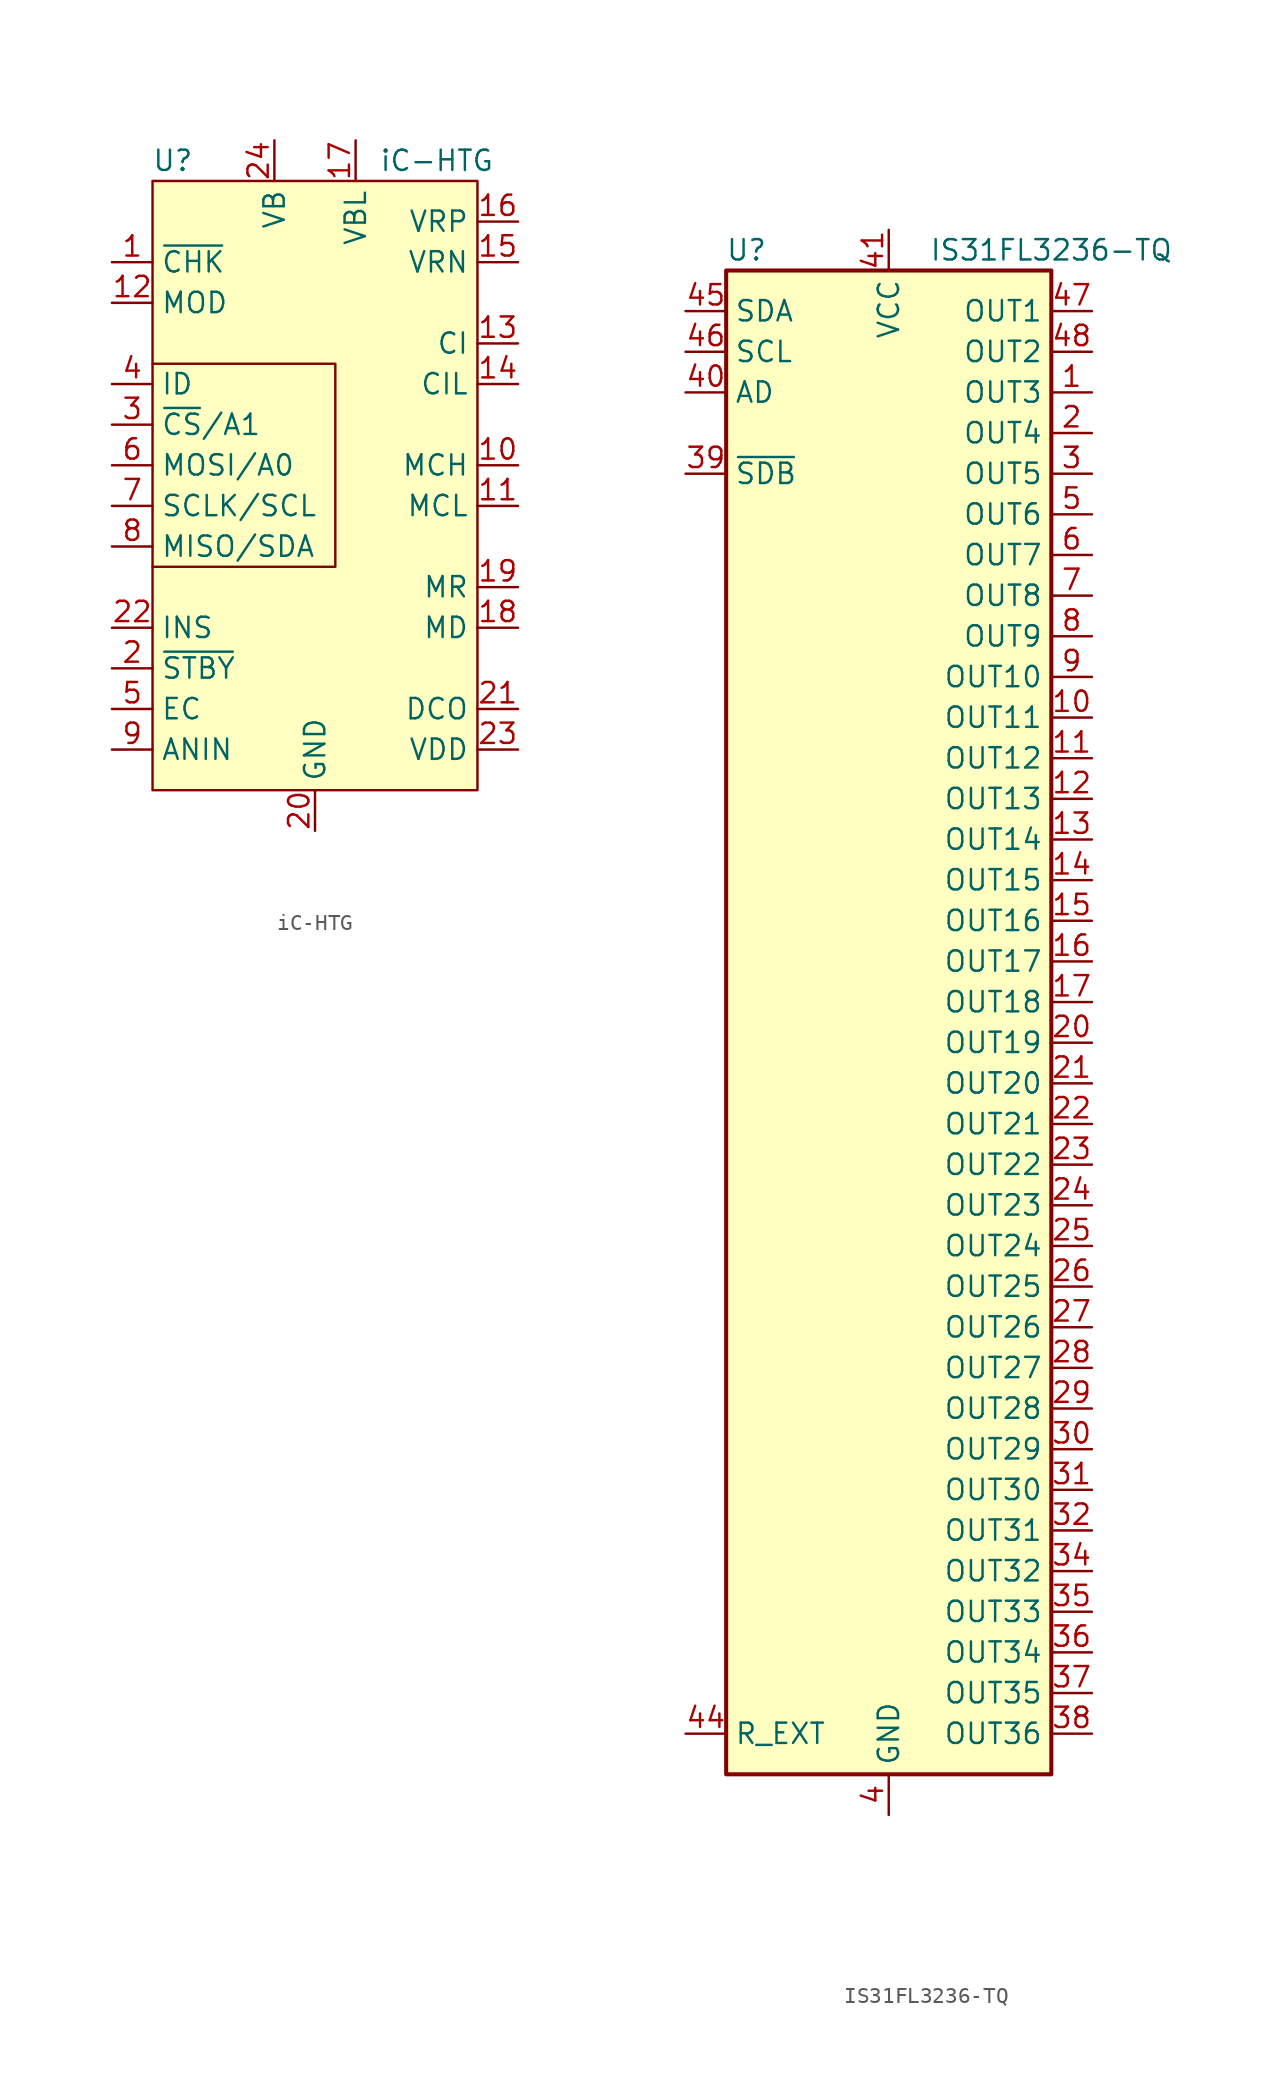
<source format=kicad_sym>
(kicad_symbol_lib
  (version 20231120)
  (generator "kicad_symbol_editor")
  (generator_version "8.0")
  (symbol "iC-HTG"
    (property "Reference" "U"
      (at -8.89 19.05 0)
      (effects (font (size 1.27 1.27))))
    (property "Value" "iC-HTG"
      (at 7.62 19.05 0)
      (effects (font (size 1.27 1.27))))
    (symbol "iC-HTG_0_0"
      (pin input line (at 12.7 0 180) (length 2.54) (name "MCH" (effects (font (size 1.27 1.27)))) (number "10" (effects (font (size 1.27 1.27)))))
      (pin input line (at 12.7 -2.54 180) (length 2.54) (name "MCL" (effects (font (size 1.27 1.27)))) (number "11" (effects (font (size 1.27 1.27)))))
      (pin input line (at -12.7 10.16 0) (length 2.54) (name "MOD" (effects (font (size 1.27 1.27)))) (number "12" (effects (font (size 1.27 1.27)))))
      (pin input line (at 12.7 7.62 180) (length 2.54) (name "CI" (effects (font (size 1.27 1.27)))) (number "13" (effects (font (size 1.27 1.27)))))
      (pin input line (at 12.7 5.08 180) (length 2.54) (name "CIL" (effects (font (size 1.27 1.27)))) (number "14" (effects (font (size 1.27 1.27)))))
      (pin power_in line (at 2.54 20.32 270) (length 2.54) (name "VBL" (effects (font (size 1.27 1.27)))) (number "17" (effects (font (size 1.27 1.27)))))
      (pin input line (at 12.7 -10.16 180) (length 2.54) (name "MD" (effects (font (size 1.27 1.27)))) (number "18" (effects (font (size 1.27 1.27)))))
      (pin input line (at 12.7 -7.62 180) (length 2.54) (name "MR" (effects (font (size 1.27 1.27)))) (number "19" (effects (font (size 1.27 1.27)))))
      (pin power_in line (at 0 -22.86 90) (length 2.54) (name "GND" (effects (font (size 1.27 1.27)))) (number "20" (effects (font (size 1.27 1.27)))))
      (pin passive line (at 12.7 -15.24 180) (length 2.54) (name "DCO" (effects (font (size 1.27 1.27)))) (number "21" (effects (font (size 1.27 1.27)))))
      (pin power_in line (at -2.54 20.32 270) (length 2.54) (name "VB" (effects (font (size 1.27 1.27)))) (number "24" (effects (font (size 1.27 1.27)))))
      (pin input line (at -12.7 5.08 0) (length 2.54) (name "ID" (effects (font (size 1.27 1.27)))) (number "4" (effects (font (size 1.27 1.27)))))
      (pin input line (at -12.7 -15.24 0) (length 2.54) (name "EC" (effects (font (size 1.27 1.27)))) (number "5" (effects (font (size 1.27 1.27)))))
      (pin bidirectional line (at -12.7 -5.08 0) (length 2.54) (name "MISO/SDA" (effects (font (size 1.27 1.27)))) (number "8" (effects (font (size 1.27 1.27)))))
      (pin bidirectional line (at -12.7 -17.78 0) (length 2.54) (name "ANIN" (effects (font (size 1.27 1.27)))) (number "9" (effects (font (size 1.27 1.27))))))
    (symbol "iC-HTG_1_0"
      (pin open_collector line (at -12.7 12.7 0) (length 2.54) (name "~{CHK}" (effects (font (size 1.27 1.27)))) (number "1" (effects (font (size 1.27 1.27)))))
      (pin output line (at 12.7 12.7 180) (length 2.54) (name "VRN" (effects (font (size 1.27 1.27)))) (number "15" (effects (font (size 1.27 1.27)))))
      (pin output line (at 12.7 15.24 180) (length 2.54) (name "VRP" (effects (font (size 1.27 1.27)))) (number "16" (effects (font (size 1.27 1.27)))))
      (pin passive line (at -12.7 -12.7 0) (length 2.54) (name "~{STBY}" (effects (font (size 1.27 1.27)))) (number "2" (effects (font (size 1.27 1.27)))))
      (pin passive line (at -12.7 -10.16 0) (length 2.54) (name "INS" (effects (font (size 1.27 1.27)))) (number "22" (effects (font (size 1.27 1.27)))))
      (pin output line (at 12.7 -17.78 180) (length 2.54) (name "VDD" (effects (font (size 1.27 1.27)))) (number "23" (effects (font (size 1.27 1.27)))))
      (pin passive line (at 0 -22.86 90) (length 2.54) hide (name "GND" (effects (font (size 1.27 1.27)))) (number "25" (effects (font (size 1.27 1.27)))))
      (pin input line (at -12.7 2.54 0) (length 2.54) (name "~{CS}/A1" (effects (font (size 1.27 1.27)))) (number "3" (effects (font (size 1.27 1.27)))))
      (pin passive line (at -12.7 0 0) (length 2.54) (name "MOSI/A0" (effects (font (size 1.27 1.27)))) (number "6" (effects (font (size 1.27 1.27)))))
      (pin input line (at -12.7 -2.54 0) (length 2.54) (name "SCLK/SCL" (effects (font (size 1.27 1.27)))) (number "7" (effects (font (size 1.27 1.27))))))
    (symbol "iC-HTG_1_1"
      (rectangle (start -10.16 17.78) (end 10.16 -20.32) (stroke (width 0) (type default)) (fill (type background)))
      (polyline (pts (xy -10.16 -6.35) (xy 1.27 -6.35) (xy 1.27 6.35) (xy -10.16 6.35)) (stroke (width 0) (type default)) (fill (type none)))))
  (symbol "IS31FL3236-TQ"
    (property "Reference" "U"
      (at -8.89 46.99 0)
      (effects (font (size 1.27 1.27))))
    (property "Value" "IS31FL3236-TQ"
      (at 10.16 46.99 0)
      (effects (font (size 1.27 1.27))))
    (symbol "IS31FL3236-TQ_0_1"
      (rectangle (start -10.16 45.72) (end 10.16 -48.26) (stroke (width 0.254) (type default)) (fill (type background))))
    (symbol "IS31FL3236-TQ_1_1"
      (pin output line (at 12.7 38.1 180) (length 2.54) (name "OUT3" (effects (font (size 1.27 1.27)))) (number "1" (effects (font (size 1.27 1.27)))))
      (pin output line (at 12.7 17.78 180) (length 2.54) (name "OUT11" (effects (font (size 1.27 1.27)))) (number "10" (effects (font (size 1.27 1.27)))))
      (pin output line (at 12.7 15.24 180) (length 2.54) (name "OUT12" (effects (font (size 1.27 1.27)))) (number "11" (effects (font (size 1.27 1.27)))))
      (pin output line (at 12.7 12.7 180) (length 2.54) (name "OUT13" (effects (font (size 1.27 1.27)))) (number "12" (effects (font (size 1.27 1.27)))))
      (pin output line (at 12.7 10.16 180) (length 2.54) (name "OUT14" (effects (font (size 1.27 1.27)))) (number "13" (effects (font (size 1.27 1.27)))))
      (pin output line (at 12.7 7.62 180) (length 2.54) (name "OUT15" (effects (font (size 1.27 1.27)))) (number "14" (effects (font (size 1.27 1.27)))))
      (pin output line (at 12.7 5.08 180) (length 2.54) (name "OUT16" (effects (font (size 1.27 1.27)))) (number "15" (effects (font (size 1.27 1.27)))))
      (pin output line (at 12.7 2.54 180) (length 2.54) (name "OUT17" (effects (font (size 1.27 1.27)))) (number "16" (effects (font (size 1.27 1.27)))))
      (pin output line (at 12.7 0 180) (length 2.54) (name "OUT18" (effects (font (size 1.27 1.27)))) (number "17" (effects (font (size 1.27 1.27)))))
      (pin passive line (at 0 -50.8 90) (length 2.54) hide (name "GND" (effects (font (size 1.27 1.27)))) (number "18" (effects (font (size 1.27 1.27)))))
      (pin passive line (at 0 -50.8 90) (length 2.54) hide (name "GND" (effects (font (size 1.27 1.27)))) (number "19" (effects (font (size 1.27 1.27)))))
      (pin output line (at 12.7 35.56 180) (length 2.54) (name "OUT4" (effects (font (size 1.27 1.27)))) (number "2" (effects (font (size 1.27 1.27)))))
      (pin output line (at 12.7 -2.54 180) (length 2.54) (name "OUT19" (effects (font (size 1.27 1.27)))) (number "20" (effects (font (size 1.27 1.27)))))
      (pin output line (at 12.7 -5.08 180) (length 2.54) (name "OUT20" (effects (font (size 1.27 1.27)))) (number "21" (effects (font (size 1.27 1.27)))))
      (pin output line (at 12.7 -7.62 180) (length 2.54) (name "OUT21" (effects (font (size 1.27 1.27)))) (number "22" (effects (font (size 1.27 1.27)))))
      (pin output line (at 12.7 -10.16 180) (length 2.54) (name "OUT22" (effects (font (size 1.27 1.27)))) (number "23" (effects (font (size 1.27 1.27)))))
      (pin output line (at 12.7 -12.7 180) (length 2.54) (name "OUT23" (effects (font (size 1.27 1.27)))) (number "24" (effects (font (size 1.27 1.27)))))
      (pin output line (at 12.7 -15.24 180) (length 2.54) (name "OUT24" (effects (font (size 1.27 1.27)))) (number "25" (effects (font (size 1.27 1.27)))))
      (pin output line (at 12.7 -17.78 180) (length 2.54) (name "OUT25" (effects (font (size 1.27 1.27)))) (number "26" (effects (font (size 1.27 1.27)))))
      (pin output line (at 12.7 -20.32 180) (length 2.54) (name "OUT26" (effects (font (size 1.27 1.27)))) (number "27" (effects (font (size 1.27 1.27)))))
      (pin output line (at 12.7 -22.86 180) (length 2.54) (name "OUT27" (effects (font (size 1.27 1.27)))) (number "28" (effects (font (size 1.27 1.27)))))
      (pin output line (at 12.7 -25.4 180) (length 2.54) (name "OUT28" (effects (font (size 1.27 1.27)))) (number "29" (effects (font (size 1.27 1.27)))))
      (pin output line (at 12.7 33.02 180) (length 2.54) (name "OUT5" (effects (font (size 1.27 1.27)))) (number "3" (effects (font (size 1.27 1.27)))))
      (pin output line (at 12.7 -27.94 180) (length 2.54) (name "OUT29" (effects (font (size 1.27 1.27)))) (number "30" (effects (font (size 1.27 1.27)))))
      (pin output line (at 12.7 -30.48 180) (length 2.54) (name "OUT30" (effects (font (size 1.27 1.27)))) (number "31" (effects (font (size 1.27 1.27)))))
      (pin output line (at 12.7 -33.02 180) (length 2.54) (name "OUT31" (effects (font (size 1.27 1.27)))) (number "32" (effects (font (size 1.27 1.27)))))
      (pin passive line (at 0 -50.8 90) (length 2.54) hide (name "GND" (effects (font (size 1.27 1.27)))) (number "33" (effects (font (size 1.27 1.27)))))
      (pin output line (at 12.7 -35.56 180) (length 2.54) (name "OUT32" (effects (font (size 1.27 1.27)))) (number "34" (effects (font (size 1.27 1.27)))))
      (pin output line (at 12.7 -38.1 180) (length 2.54) (name "OUT33" (effects (font (size 1.27 1.27)))) (number "35" (effects (font (size 1.27 1.27)))))
      (pin output line (at 12.7 -40.64 180) (length 2.54) (name "OUT34" (effects (font (size 1.27 1.27)))) (number "36" (effects (font (size 1.27 1.27)))))
      (pin output line (at 12.7 -43.18 180) (length 2.54) (name "OUT35" (effects (font (size 1.27 1.27)))) (number "37" (effects (font (size 1.27 1.27)))))
      (pin output line (at 12.7 -45.72 180) (length 2.54) (name "OUT36" (effects (font (size 1.27 1.27)))) (number "38" (effects (font (size 1.27 1.27)))))
      (pin input line (at -12.7 33.02 0) (length 2.54) (name "~{SDB}" (effects (font (size 1.27 1.27)))) (number "39" (effects (font (size 1.27 1.27)))))
      (pin power_in line (at 0 -50.8 90) (length 2.54) (name "GND" (effects (font (size 1.27 1.27)))) (number "4" (effects (font (size 1.27 1.27)))))
      (pin input line (at -12.7 38.1 0) (length 2.54) (name "AD" (effects (font (size 1.27 1.27)))) (number "40" (effects (font (size 1.27 1.27)))))
      (pin power_in line (at 0 48.26 270) (length 2.54) (name "VCC" (effects (font (size 1.27 1.27)))) (number "41" (effects (font (size 1.27 1.27)))))
      (pin passive line (at 0 -50.8 90) (length 2.54) hide (name "GND" (effects (font (size 1.27 1.27)))) (number "42" (effects (font (size 1.27 1.27)))))
      (pin passive line (at 0 -50.8 90) (length 2.54) hide (name "GND" (effects (font (size 1.27 1.27)))) (number "43" (effects (font (size 1.27 1.27)))))
      (pin passive line (at -12.7 -45.72 0) (length 2.54) (name "R_EXT" (effects (font (size 1.27 1.27)))) (number "44" (effects (font (size 1.27 1.27)))))
      (pin open_collector line (at -12.7 43.18 0) (length 2.54) (name "SDA" (effects (font (size 1.27 1.27)))) (number "45" (effects (font (size 1.27 1.27)))))
      (pin input line (at -12.7 40.64 0) (length 2.54) (name "SCL" (effects (font (size 1.27 1.27)))) (number "46" (effects (font (size 1.27 1.27)))))
      (pin output line (at 12.7 43.18 180) (length 2.54) (name "OUT1" (effects (font (size 1.27 1.27)))) (number "47" (effects (font (size 1.27 1.27)))))
      (pin output line (at 12.7 40.64 180) (length 2.54) (name "OUT2" (effects (font (size 1.27 1.27)))) (number "48" (effects (font (size 1.27 1.27)))))
      (pin passive line (at 0 -50.8 90) (length 2.54) hide (name "GND" (effects (font (size 1.27 1.27)))) (number "49" (effects (font (size 1.27 1.27)))))
      (pin output line (at 12.7 30.48 180) (length 2.54) (name "OUT6" (effects (font (size 1.27 1.27)))) (number "5" (effects (font (size 1.27 1.27)))))
      (pin output line (at 12.7 27.94 180) (length 2.54) (name "OUT7" (effects (font (size 1.27 1.27)))) (number "6" (effects (font (size 1.27 1.27)))))
      (pin output line (at 12.7 25.4 180) (length 2.54) (name "OUT8" (effects (font (size 1.27 1.27)))) (number "7" (effects (font (size 1.27 1.27)))))
      (pin output line (at 12.7 22.86 180) (length 2.54) (name "OUT9" (effects (font (size 1.27 1.27)))) (number "8" (effects (font (size 1.27 1.27)))))
      (pin output line (at 12.7 20.32 180) (length 2.54) (name "OUT10" (effects (font (size 1.27 1.27)))) (number "9" (effects (font (size 1.27 1.27))))))))
</source>
